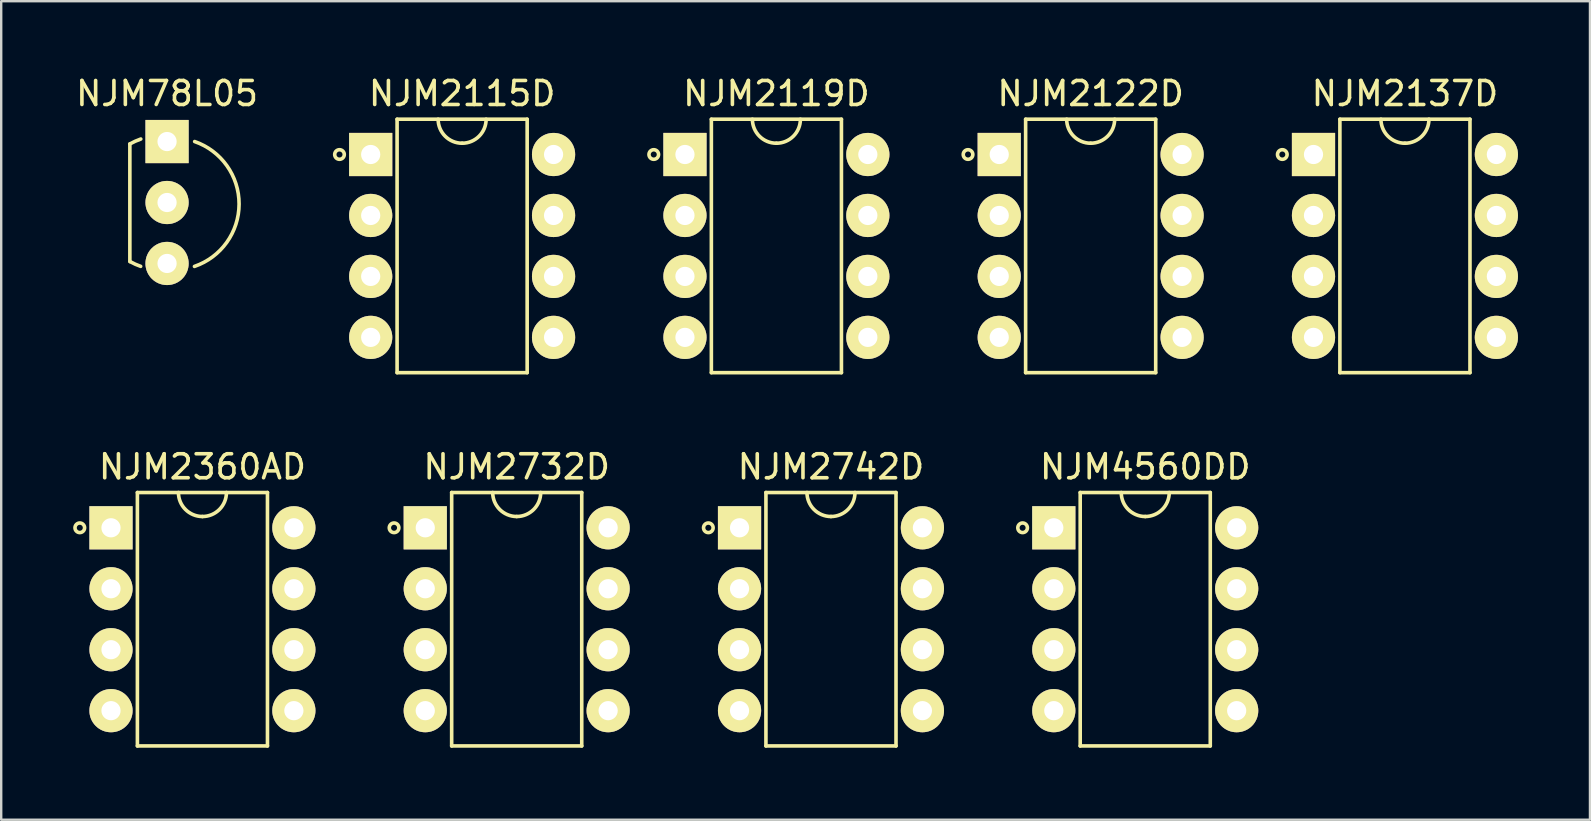
<source format=kicad_pcb>
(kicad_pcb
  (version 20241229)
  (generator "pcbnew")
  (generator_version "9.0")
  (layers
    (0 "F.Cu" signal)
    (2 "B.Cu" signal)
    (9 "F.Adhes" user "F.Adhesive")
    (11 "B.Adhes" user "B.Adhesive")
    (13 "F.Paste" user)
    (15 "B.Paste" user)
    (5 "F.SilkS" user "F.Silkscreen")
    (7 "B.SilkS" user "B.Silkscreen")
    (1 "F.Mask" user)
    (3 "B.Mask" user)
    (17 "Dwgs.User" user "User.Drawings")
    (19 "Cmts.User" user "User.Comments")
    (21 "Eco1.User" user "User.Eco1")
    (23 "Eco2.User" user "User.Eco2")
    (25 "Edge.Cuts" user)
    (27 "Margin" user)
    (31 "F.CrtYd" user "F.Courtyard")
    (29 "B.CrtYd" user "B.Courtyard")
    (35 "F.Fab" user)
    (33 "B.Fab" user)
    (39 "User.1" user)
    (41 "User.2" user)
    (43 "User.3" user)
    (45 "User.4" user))
  (footprint "NJM2115D"
    (layer "F.Cu")
    (at 12.396 3.388)
    (property "Reference" "NJM2115D" (at 3.81 -2.54 0) (layer "F.SilkS") (effects (font (size 1 1) (thickness 0.15))))
    (attr through_hole)
    (fp_line (start 1.1 -1.47) (end 6.52 -1.47) (stroke (width 0.15) (type solid)) (layer "F.SilkS"))
    (fp_line (start 1.1 9.09) (end 1.1 -1.47) (stroke (width 0.15) (type solid)) (layer "F.SilkS"))
    (fp_line (start 6.52 -1.47) (end 6.52 9.09) (stroke (width 0.15) (type solid)) (layer "F.SilkS"))
    (fp_line (start 6.52 9.09) (end 1.1 9.09) (stroke (width 0.15) (type solid)) (layer "F.SilkS"))
    (fp_arc (start 3.81 -0.47) (mid 3.102893 -0.762893) (end 2.81 -1.47) (stroke (width 0.15) (type solid)) (layer "F.SilkS"))
    (fp_arc (start 4.81 -1.47) (mid 4.517107 -0.762893) (end 3.81 -0.47) (stroke (width 0.15) (type solid)) (layer "F.SilkS"))
    (fp_circle (center -1.3 0) (end -1.3 0.2) (stroke (width 0.15) (type solid)) (fill no) (layer "F.SilkS"))
    (pad "1" thru_hole rect (at 0 0) (size 1.8 1.8) (drill 0.8) (layers "*.Cu" "*.Mask" "F.SilkS"))
    (pad "2" thru_hole circle (at 0 2.54) (size 1.8 1.8) (drill 0.8) (layers "*.Cu" "*.Mask" "F.SilkS"))
    (pad "3" thru_hole circle (at 0 5.08) (size 1.8 1.8) (drill 0.8) (layers "*.Cu" "*.Mask" "F.SilkS"))
    (pad "4" thru_hole circle (at 0 7.62) (size 1.8 1.8) (drill 0.8) (layers "*.Cu" "*.Mask" "F.SilkS"))
    (pad "5" thru_hole circle (at 7.62 7.62) (size 1.8 1.8) (drill 0.8) (layers "*.Cu" "*.Mask" "F.SilkS"))
    (pad "6" thru_hole circle (at 7.62 5.08) (size 1.8 1.8) (drill 0.8) (layers "*.Cu" "*.Mask" "F.SilkS"))
    (pad "7" thru_hole circle (at 7.62 2.54) (size 1.8 1.8) (drill 0.8) (layers "*.Cu" "*.Mask" "F.SilkS"))
    (pad "8" thru_hole circle (at 7.62 0) (size 1.8 1.8) (drill 0.8) (layers "*.Cu" "*.Mask" "F.SilkS")))
  (footprint "NJM2732D"
    (layer "F.Cu")
    (at 14.67 18.942)
    (property "Reference" "NJM2732D" (at 3.81 -2.54 0) (layer "F.SilkS") (effects (font (size 1 1) (thickness 0.15))))
    (attr through_hole)
    (fp_line (start 1.1 -1.47) (end 6.52 -1.47) (stroke (width 0.15) (type solid)) (layer "F.SilkS"))
    (fp_line (start 1.1 9.09) (end 1.1 -1.47) (stroke (width 0.15) (type solid)) (layer "F.SilkS"))
    (fp_line (start 6.52 -1.47) (end 6.52 9.09) (stroke (width 0.15) (type solid)) (layer "F.SilkS"))
    (fp_line (start 6.52 9.09) (end 1.1 9.09) (stroke (width 0.15) (type solid)) (layer "F.SilkS"))
    (fp_arc (start 3.81 -0.47) (mid 3.102893 -0.762893) (end 2.81 -1.47) (stroke (width 0.15) (type solid)) (layer "F.SilkS"))
    (fp_arc (start 4.81 -1.47) (mid 4.517107 -0.762893) (end 3.81 -0.47) (stroke (width 0.15) (type solid)) (layer "F.SilkS"))
    (fp_circle (center -1.3 0) (end -1.3 0.2) (stroke (width 0.15) (type solid)) (fill no) (layer "F.SilkS"))
    (pad "1" thru_hole rect (at 0 0) (size 1.8 1.8) (drill 0.8) (layers "*.Cu" "*.Mask" "F.SilkS"))
    (pad "2" thru_hole circle (at 0 2.54) (size 1.8 1.8) (drill 0.8) (layers "*.Cu" "*.Mask" "F.SilkS"))
    (pad "3" thru_hole circle (at 0 5.08) (size 1.8 1.8) (drill 0.8) (layers "*.Cu" "*.Mask" "F.SilkS"))
    (pad "4" thru_hole circle (at 0 7.62) (size 1.8 1.8) (drill 0.8) (layers "*.Cu" "*.Mask" "F.SilkS"))
    (pad "5" thru_hole circle (at 7.62 7.62) (size 1.8 1.8) (drill 0.8) (layers "*.Cu" "*.Mask" "F.SilkS"))
    (pad "6" thru_hole circle (at 7.62 5.08) (size 1.8 1.8) (drill 0.8) (layers "*.Cu" "*.Mask" "F.SilkS"))
    (pad "7" thru_hole circle (at 7.62 2.54) (size 1.8 1.8) (drill 0.8) (layers "*.Cu" "*.Mask" "F.SilkS"))
    (pad "8" thru_hole circle (at 7.62 0) (size 1.8 1.8) (drill 0.8) (layers "*.Cu" "*.Mask" "F.SilkS")))
  (footprint "NJM2122D"
    (layer "F.Cu")
    (at 38.586 3.388)
    (property "Reference" "NJM2122D" (at 3.81 -2.54 0) (layer "F.SilkS") (effects (font (size 1 1) (thickness 0.15))))
    (attr through_hole)
    (fp_line (start 1.1 -1.47) (end 6.52 -1.47) (stroke (width 0.15) (type solid)) (layer "F.SilkS"))
    (fp_line (start 1.1 9.09) (end 1.1 -1.47) (stroke (width 0.15) (type solid)) (layer "F.SilkS"))
    (fp_line (start 6.52 -1.47) (end 6.52 9.09) (stroke (width 0.15) (type solid)) (layer "F.SilkS"))
    (fp_line (start 6.52 9.09) (end 1.1 9.09) (stroke (width 0.15) (type solid)) (layer "F.SilkS"))
    (fp_arc (start 3.81 -0.47) (mid 3.102893 -0.762893) (end 2.81 -1.47) (stroke (width 0.15) (type solid)) (layer "F.SilkS"))
    (fp_arc (start 4.81 -1.47) (mid 4.517107 -0.762893) (end 3.81 -0.47) (stroke (width 0.15) (type solid)) (layer "F.SilkS"))
    (fp_circle (center -1.3 0) (end -1.3 0.2) (stroke (width 0.15) (type solid)) (fill no) (layer "F.SilkS"))
    (pad "1" thru_hole rect (at 0 0) (size 1.8 1.8) (drill 0.8) (layers "*.Cu" "*.Mask" "F.SilkS"))
    (pad "2" thru_hole circle (at 0 2.54) (size 1.8 1.8) (drill 0.8) (layers "*.Cu" "*.Mask" "F.SilkS"))
    (pad "3" thru_hole circle (at 0 5.08) (size 1.8 1.8) (drill 0.8) (layers "*.Cu" "*.Mask" "F.SilkS"))
    (pad "4" thru_hole circle (at 0 7.62) (size 1.8 1.8) (drill 0.8) (layers "*.Cu" "*.Mask" "F.SilkS"))
    (pad "5" thru_hole circle (at 7.62 7.62) (size 1.8 1.8) (drill 0.8) (layers "*.Cu" "*.Mask" "F.SilkS"))
    (pad "6" thru_hole circle (at 7.62 5.08) (size 1.8 1.8) (drill 0.8) (layers "*.Cu" "*.Mask" "F.SilkS"))
    (pad "7" thru_hole circle (at 7.62 2.54) (size 1.8 1.8) (drill 0.8) (layers "*.Cu" "*.Mask" "F.SilkS"))
    (pad "8" thru_hole circle (at 7.62 0) (size 1.8 1.8) (drill 0.8) (layers "*.Cu" "*.Mask" "F.SilkS")))
  (footprint "NJM2137D"
    (layer "F.Cu")
    (at 51.681 3.388)
    (property "Reference" "NJM2137D" (at 3.81 -2.54 0) (layer "F.SilkS") (effects (font (size 1 1) (thickness 0.15))))
    (attr through_hole)
    (fp_line (start 1.1 -1.47) (end 6.52 -1.47) (stroke (width 0.15) (type solid)) (layer "F.SilkS"))
    (fp_line (start 1.1 9.09) (end 1.1 -1.47) (stroke (width 0.15) (type solid)) (layer "F.SilkS"))
    (fp_line (start 6.52 -1.47) (end 6.52 9.09) (stroke (width 0.15) (type solid)) (layer "F.SilkS"))
    (fp_line (start 6.52 9.09) (end 1.1 9.09) (stroke (width 0.15) (type solid)) (layer "F.SilkS"))
    (fp_arc (start 3.81 -0.47) (mid 3.102893 -0.762893) (end 2.81 -1.47) (stroke (width 0.15) (type solid)) (layer "F.SilkS"))
    (fp_arc (start 4.81 -1.47) (mid 4.517107 -0.762893) (end 3.81 -0.47) (stroke (width 0.15) (type solid)) (layer "F.SilkS"))
    (fp_circle (center -1.3 0) (end -1.3 0.2) (stroke (width 0.15) (type solid)) (fill no) (layer "F.SilkS"))
    (pad "1" thru_hole rect (at 0 0) (size 1.8 1.8) (drill 0.8) (layers "*.Cu" "*.Mask" "F.SilkS"))
    (pad "2" thru_hole circle (at 0 2.54) (size 1.8 1.8) (drill 0.8) (layers "*.Cu" "*.Mask" "F.SilkS"))
    (pad "3" thru_hole circle (at 0 5.08) (size 1.8 1.8) (drill 0.8) (layers "*.Cu" "*.Mask" "F.SilkS"))
    (pad "4" thru_hole circle (at 0 7.62) (size 1.8 1.8) (drill 0.8) (layers "*.Cu" "*.Mask" "F.SilkS"))
    (pad "5" thru_hole circle (at 7.62 7.62) (size 1.8 1.8) (drill 0.8) (layers "*.Cu" "*.Mask" "F.SilkS"))
    (pad "6" thru_hole circle (at 7.62 5.08) (size 1.8 1.8) (drill 0.8) (layers "*.Cu" "*.Mask" "F.SilkS"))
    (pad "7" thru_hole circle (at 7.62 2.54) (size 1.8 1.8) (drill 0.8) (layers "*.Cu" "*.Mask" "F.SilkS"))
    (pad "8" thru_hole circle (at 7.62 0) (size 1.8 1.8) (drill 0.8) (layers "*.Cu" "*.Mask" "F.SilkS")))
  (footprint "NJM78L05"
    (layer "F.Cu")
    (at 3.911 2.848)
    (property "Reference" "NJM78L05" (at 0 -2 0) (layer "F.SilkS") (effects (font (size 1 1) (thickness 0.15))))
    (attr through_hole)
    (fp_line (start -1.55 5) (end -1.55 0.1) (stroke (width 0.15) (type solid)) (layer "F.SilkS"))
    (fp_arc (start -1.55 0.1) (mid -1.326783 -0.012505) (end -1.09461 -0.105127) (stroke (width 0.15) (type solid)) (layer "F.SilkS"))
    (fp_arc (start -1.1 5.2) (mid -1.32318 5.111666) (end -1.537812 5.004217) (stroke (width 0.15) (type solid)) (layer "F.SilkS"))
    (fp_arc (start 1.15 0) (mid 3.00136 2.60449) (end 1.14151 5.202923) (stroke (width 0.15) (type solid)) (layer "F.SilkS"))
    (pad "1" thru_hole rect (at 0 0) (size 1.8 1.8) (drill 0.8) (layers "*.Cu" "*.Mask" "F.SilkS"))
    (pad "2" thru_hole circle (at 0 2.54) (size 1.8 1.8) (drill 0.8) (layers "*.Cu" "*.Mask" "F.SilkS"))
    (pad "3" thru_hole circle (at 0 5.08) (size 1.8 1.8) (drill 0.8) (layers "*.Cu" "*.Mask" "F.SilkS")))
  (footprint "NJM2119D"
    (layer "F.Cu")
    (at 25.491 3.388)
    (property "Reference" "NJM2119D" (at 3.81 -2.54 0) (layer "F.SilkS") (effects (font (size 1 1) (thickness 0.15))))
    (attr through_hole)
    (fp_line (start 1.1 -1.47) (end 6.52 -1.47) (stroke (width 0.15) (type solid)) (layer "F.SilkS"))
    (fp_line (start 1.1 9.09) (end 1.1 -1.47) (stroke (width 0.15) (type solid)) (layer "F.SilkS"))
    (fp_line (start 6.52 -1.47) (end 6.52 9.09) (stroke (width 0.15) (type solid)) (layer "F.SilkS"))
    (fp_line (start 6.52 9.09) (end 1.1 9.09) (stroke (width 0.15) (type solid)) (layer "F.SilkS"))
    (fp_arc (start 3.81 -0.47) (mid 3.102893 -0.762893) (end 2.81 -1.47) (stroke (width 0.15) (type solid)) (layer "F.SilkS"))
    (fp_arc (start 4.81 -1.47) (mid 4.517107 -0.762893) (end 3.81 -0.47) (stroke (width 0.15) (type solid)) (layer "F.SilkS"))
    (fp_circle (center -1.3 0) (end -1.3 0.2) (stroke (width 0.15) (type solid)) (fill no) (layer "F.SilkS"))
    (pad "1" thru_hole rect (at 0 0) (size 1.8 1.8) (drill 0.8) (layers "*.Cu" "*.Mask" "F.SilkS"))
    (pad "2" thru_hole circle (at 0 2.54) (size 1.8 1.8) (drill 0.8) (layers "*.Cu" "*.Mask" "F.SilkS"))
    (pad "3" thru_hole circle (at 0 5.08) (size 1.8 1.8) (drill 0.8) (layers "*.Cu" "*.Mask" "F.SilkS"))
    (pad "4" thru_hole circle (at 0 7.62) (size 1.8 1.8) (drill 0.8) (layers "*.Cu" "*.Mask" "F.SilkS"))
    (pad "5" thru_hole circle (at 7.62 7.62) (size 1.8 1.8) (drill 0.8) (layers "*.Cu" "*.Mask" "F.SilkS"))
    (pad "6" thru_hole circle (at 7.62 5.08) (size 1.8 1.8) (drill 0.8) (layers "*.Cu" "*.Mask" "F.SilkS"))
    (pad "7" thru_hole circle (at 7.62 2.54) (size 1.8 1.8) (drill 0.8) (layers "*.Cu" "*.Mask" "F.SilkS"))
    (pad "8" thru_hole circle (at 7.62 0) (size 1.8 1.8) (drill 0.8) (layers "*.Cu" "*.Mask" "F.SilkS")))
  (footprint "NJM2742D"
    (layer "F.Cu")
    (at 27.765 18.942)
    (property "Reference" "NJM2742D" (at 3.81 -2.54 0) (layer "F.SilkS") (effects (font (size 1 1) (thickness 0.15))))
    (attr through_hole)
    (fp_line (start 1.1 -1.47) (end 6.52 -1.47) (stroke (width 0.15) (type solid)) (layer "F.SilkS"))
    (fp_line (start 1.1 9.09) (end 1.1 -1.47) (stroke (width 0.15) (type solid)) (layer "F.SilkS"))
    (fp_line (start 6.52 -1.47) (end 6.52 9.09) (stroke (width 0.15) (type solid)) (layer "F.SilkS"))
    (fp_line (start 6.52 9.09) (end 1.1 9.09) (stroke (width 0.15) (type solid)) (layer "F.SilkS"))
    (fp_arc (start 3.81 -0.47) (mid 3.102893 -0.762893) (end 2.81 -1.47) (stroke (width 0.15) (type solid)) (layer "F.SilkS"))
    (fp_arc (start 4.81 -1.47) (mid 4.517107 -0.762893) (end 3.81 -0.47) (stroke (width 0.15) (type solid)) (layer "F.SilkS"))
    (fp_circle (center -1.3 0) (end -1.3 0.2) (stroke (width 0.15) (type solid)) (fill no) (layer "F.SilkS"))
    (pad "1" thru_hole rect (at 0 0) (size 1.8 1.8) (drill 0.8) (layers "*.Cu" "*.Mask" "F.SilkS"))
    (pad "2" thru_hole circle (at 0 2.54) (size 1.8 1.8) (drill 0.8) (layers "*.Cu" "*.Mask" "F.SilkS"))
    (pad "3" thru_hole circle (at 0 5.08) (size 1.8 1.8) (drill 0.8) (layers "*.Cu" "*.Mask" "F.SilkS"))
    (pad "4" thru_hole circle (at 0 7.62) (size 1.8 1.8) (drill 0.8) (layers "*.Cu" "*.Mask" "F.SilkS"))
    (pad "5" thru_hole circle (at 7.62 7.62) (size 1.8 1.8) (drill 0.8) (layers "*.Cu" "*.Mask" "F.SilkS"))
    (pad "6" thru_hole circle (at 7.62 5.08) (size 1.8 1.8) (drill 0.8) (layers "*.Cu" "*.Mask" "F.SilkS"))
    (pad "7" thru_hole circle (at 7.62 2.54) (size 1.8 1.8) (drill 0.8) (layers "*.Cu" "*.Mask" "F.SilkS"))
    (pad "8" thru_hole circle (at 7.62 0) (size 1.8 1.8) (drill 0.8) (layers "*.Cu" "*.Mask" "F.SilkS")))
  (footprint "NJM4560DD"
    (layer "F.Cu")
    (at 40.86 18.942)
    (property "Reference" "NJM4560DD" (at 3.81 -2.54 0) (layer "F.SilkS") (effects (font (size 1 1) (thickness 0.15))))
    (attr through_hole)
    (fp_line (start 1.1 -1.47) (end 6.52 -1.47) (stroke (width 0.15) (type solid)) (layer "F.SilkS"))
    (fp_line (start 1.1 9.09) (end 1.1 -1.47) (stroke (width 0.15) (type solid)) (layer "F.SilkS"))
    (fp_line (start 6.52 -1.47) (end 6.52 9.09) (stroke (width 0.15) (type solid)) (layer "F.SilkS"))
    (fp_line (start 6.52 9.09) (end 1.1 9.09) (stroke (width 0.15) (type solid)) (layer "F.SilkS"))
    (fp_arc (start 3.81 -0.47) (mid 3.102893 -0.762893) (end 2.81 -1.47) (stroke (width 0.15) (type solid)) (layer "F.SilkS"))
    (fp_arc (start 4.81 -1.47) (mid 4.517107 -0.762893) (end 3.81 -0.47) (stroke (width 0.15) (type solid)) (layer "F.SilkS"))
    (fp_circle (center -1.3 0) (end -1.3 0.2) (stroke (width 0.15) (type solid)) (fill no) (layer "F.SilkS"))
    (pad "1" thru_hole rect (at 0 0) (size 1.8 1.8) (drill 0.8) (layers "*.Cu" "*.Mask" "F.SilkS"))
    (pad "2" thru_hole circle (at 0 2.54) (size 1.8 1.8) (drill 0.8) (layers "*.Cu" "*.Mask" "F.SilkS"))
    (pad "3" thru_hole circle (at 0 5.08) (size 1.8 1.8) (drill 0.8) (layers "*.Cu" "*.Mask" "F.SilkS"))
    (pad "4" thru_hole circle (at 0 7.62) (size 1.8 1.8) (drill 0.8) (layers "*.Cu" "*.Mask" "F.SilkS"))
    (pad "5" thru_hole circle (at 7.62 7.62) (size 1.8 1.8) (drill 0.8) (layers "*.Cu" "*.Mask" "F.SilkS"))
    (pad "6" thru_hole circle (at 7.62 5.08) (size 1.8 1.8) (drill 0.8) (layers "*.Cu" "*.Mask" "F.SilkS"))
    (pad "7" thru_hole circle (at 7.62 2.54) (size 1.8 1.8) (drill 0.8) (layers "*.Cu" "*.Mask" "F.SilkS"))
    (pad "8" thru_hole circle (at 7.62 0) (size 1.8 1.8) (drill 0.8) (layers "*.Cu" "*.Mask" "F.SilkS")))
  (footprint "NJM2360AD"
    (layer "F.Cu")
    (at 1.575 18.942)
    (property "Reference" "NJM2360AD" (at 3.81 -2.54 0) (layer "F.SilkS") (effects (font (size 1 1) (thickness 0.15))))
    (attr through_hole)
    (fp_line (start 1.1 -1.47) (end 6.52 -1.47) (stroke (width 0.15) (type solid)) (layer "F.SilkS"))
    (fp_line (start 1.1 9.09) (end 1.1 -1.47) (stroke (width 0.15) (type solid)) (layer "F.SilkS"))
    (fp_line (start 6.52 -1.47) (end 6.52 9.09) (stroke (width 0.15) (type solid)) (layer "F.SilkS"))
    (fp_line (start 6.52 9.09) (end 1.1 9.09) (stroke (width 0.15) (type solid)) (layer "F.SilkS"))
    (fp_arc (start 3.81 -0.47) (mid 3.102893 -0.762893) (end 2.81 -1.47) (stroke (width 0.15) (type solid)) (layer "F.SilkS"))
    (fp_arc (start 4.81 -1.47) (mid 4.517107 -0.762893) (end 3.81 -0.47) (stroke (width 0.15) (type solid)) (layer "F.SilkS"))
    (fp_circle (center -1.3 0) (end -1.3 0.2) (stroke (width 0.15) (type solid)) (fill no) (layer "F.SilkS"))
    (pad "1" thru_hole rect (at 0 0) (size 1.8 1.8) (drill 0.8) (layers "*.Cu" "*.Mask" "F.SilkS"))
    (pad "2" thru_hole circle (at 0 2.54) (size 1.8 1.8) (drill 0.8) (layers "*.Cu" "*.Mask" "F.SilkS"))
    (pad "3" thru_hole circle (at 0 5.08) (size 1.8 1.8) (drill 0.8) (layers "*.Cu" "*.Mask" "F.SilkS"))
    (pad "4" thru_hole circle (at 0 7.62) (size 1.8 1.8) (drill 0.8) (layers "*.Cu" "*.Mask" "F.SilkS"))
    (pad "5" thru_hole circle (at 7.62 7.62) (size 1.8 1.8) (drill 0.8) (layers "*.Cu" "*.Mask" "F.SilkS"))
    (pad "6" thru_hole circle (at 7.62 5.08) (size 1.8 1.8) (drill 0.8) (layers "*.Cu" "*.Mask" "F.SilkS"))
    (pad "7" thru_hole circle (at 7.62 2.54) (size 1.8 1.8) (drill 0.8) (layers "*.Cu" "*.Mask" "F.SilkS"))
    (pad "8" thru_hole circle (at 7.62 0) (size 1.8 1.8) (drill 0.8) (layers "*.Cu" "*.Mask" "F.SilkS")))
  (gr_rect
    (start -3 -3)
    (end 63.201 31.107)
    (stroke (width 0.1) (type default))
    (fill no)
    (layer "Edge.Cuts")))
</source>
